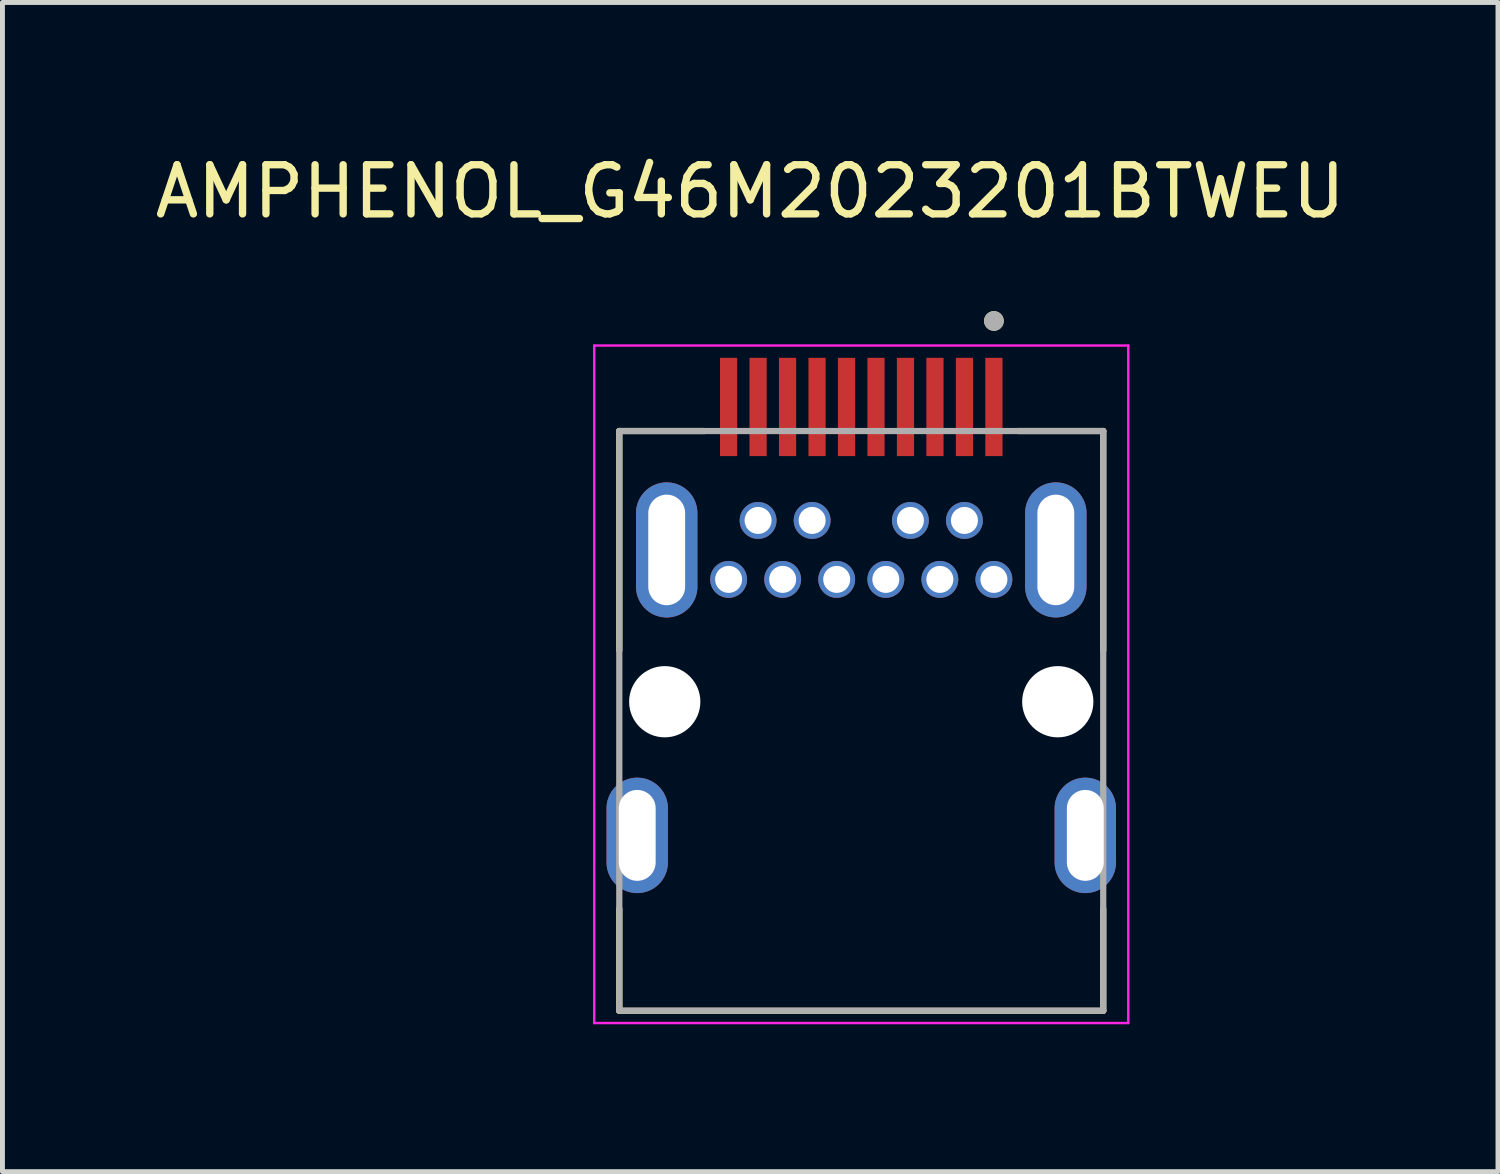
<source format=kicad_pcb>
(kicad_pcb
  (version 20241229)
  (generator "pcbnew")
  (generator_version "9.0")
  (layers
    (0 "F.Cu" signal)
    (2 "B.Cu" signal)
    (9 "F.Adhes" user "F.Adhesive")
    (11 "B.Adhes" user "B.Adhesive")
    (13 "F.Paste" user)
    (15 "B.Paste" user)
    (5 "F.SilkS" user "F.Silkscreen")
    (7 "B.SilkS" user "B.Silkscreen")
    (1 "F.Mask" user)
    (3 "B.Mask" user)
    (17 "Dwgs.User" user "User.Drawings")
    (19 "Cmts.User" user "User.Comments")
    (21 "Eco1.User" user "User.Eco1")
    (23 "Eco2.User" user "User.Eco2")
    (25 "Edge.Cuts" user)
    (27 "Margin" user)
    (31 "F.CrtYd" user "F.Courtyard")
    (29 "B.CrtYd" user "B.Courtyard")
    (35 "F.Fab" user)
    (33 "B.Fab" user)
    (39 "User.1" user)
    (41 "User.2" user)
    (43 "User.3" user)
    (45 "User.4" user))
  (footprint "AMPHENOL_G46M2023201BTWEU"
    (layer "F.Cu")
    (at 14.48 11.233)
    (property "Reference" "AMPHENOL_G46M2023201BTWEU" (at -2.26 -10.385 0) (layer "F.SilkS") (effects (font (size 1 1) (thickness 0.15))))
    (attr through_hole)
    (fp_line (start -4.925 -5.51) (end -3.195 -5.51) (stroke (width 0.127) (type solid)) (layer "F.SilkS"))
    (fp_line (start -4.925 -1.045) (end -4.925 -5.51) (stroke (width 0.127) (type solid)) (layer "F.SilkS"))
    (fp_line (start -4.925 6.29) (end -4.925 4.215) (stroke (width 0.127) (type solid)) (layer "F.SilkS"))
    (fp_line (start -4.925 6.29) (end 4.925 6.29) (stroke (width 0.127) (type solid)) (layer "F.SilkS"))
    (fp_line (start 3.195 -5.51) (end 4.925 -5.51) (stroke (width 0.127) (type solid)) (layer "F.SilkS"))
    (fp_line (start 4.925 -5.51) (end 4.925 -1.045) (stroke (width 0.127) (type solid)) (layer "F.SilkS"))
    (fp_line (start 4.925 6.29) (end 4.925 4.215) (stroke (width 0.127) (type solid)) (layer "F.SilkS"))
    (fp_circle (center 2.7 -7.75) (end 2.8 -7.75) (stroke (width 0.2) (type solid)) (fill no) (layer "F.SilkS"))
    (fp_line (start -5.435 -7.25) (end -5.435 6.54) (stroke (width 0.05) (type solid)) (layer "F.CrtYd"))
    (fp_line (start -5.435 6.54) (end 5.435 6.54) (stroke (width 0.05) (type solid)) (layer "F.CrtYd"))
    (fp_line (start 5.435 -7.25) (end -5.435 -7.25) (stroke (width 0.05) (type solid)) (layer "F.CrtYd"))
    (fp_line (start 5.435 6.54) (end 5.435 -7.25) (stroke (width 0.05) (type solid)) (layer "F.CrtYd"))
    (fp_line (start -4.925 -5.51) (end 4.925 -5.51) (stroke (width 0.127) (type solid)) (layer "F.Fab"))
    (fp_line (start -4.925 6.29) (end -4.925 -5.51) (stroke (width 0.127) (type solid)) (layer "F.Fab"))
    (fp_line (start 4.925 -5.51) (end 4.925 6.29) (stroke (width 0.127) (type solid)) (layer "F.Fab"))
    (fp_line (start 4.925 6.29) (end -4.925 6.29) (stroke (width 0.127) (type solid)) (layer "F.Fab"))
    (fp_circle (center 2.7 -7.75) (end 2.8 -7.75) (stroke (width 0.2) (type solid)) (fill no) (layer "F.Fab"))
    (pad "" np_thru_hole circle (at -4 0) (size 1.45 1.45) (drill 1.45) (layers "*.Cu" "*.Mask"))
    (pad "" np_thru_hole circle (at 4 0) (size 1.45 1.45) (drill 1.45) (layers "*.Cu" "*.Mask"))
    (pad "1" smd rect (at 2.7 -6) (size 0.35 2) (layers "F.Cu" "F.Mask" "F.Paste"))
    (pad "2" thru_hole circle (at 2.7 -2.49) (size 0.75 0.75) (drill 0.55) (layers "*.Cu" "*.Mask"))
    (pad "3" smd rect (at 2.1 -6) (size 0.35 2) (layers "F.Cu" "F.Mask" "F.Paste"))
    (pad "4" thru_hole circle (at 2.1 -3.69) (size 0.75 0.75) (drill 0.55) (layers "*.Cu" "*.Mask"))
    (pad "5" smd rect (at 1.5 -6) (size 0.35 2) (layers "F.Cu" "F.Mask" "F.Paste"))
    (pad "6" thru_hole circle (at 1.6 -2.49) (size 0.75 0.75) (drill 0.55) (layers "*.Cu" "*.Mask"))
    (pad "7" smd rect (at 0.9 -6) (size 0.35 2) (layers "F.Cu" "F.Mask" "F.Paste"))
    (pad "8" thru_hole circle (at 1 -3.69) (size 0.75 0.75) (drill 0.55) (layers "*.Cu" "*.Mask"))
    (pad "9" smd rect (at 0.3 -6) (size 0.35 2) (layers "F.Cu" "F.Mask" "F.Paste"))
    (pad "10" thru_hole circle (at 0.5 -2.49) (size 0.75 0.75) (drill 0.55) (layers "*.Cu" "*.Mask"))
    (pad "11" smd rect (at -0.3 -6) (size 0.35 2) (layers "F.Cu" "F.Mask" "F.Paste"))
    (pad "12" thru_hole circle (at -0.5 -2.49) (size 0.75 0.75) (drill 0.55) (layers "*.Cu" "*.Mask"))
    (pad "13" smd rect (at -0.9 -6) (size 0.35 2) (layers "F.Cu" "F.Mask" "F.Paste"))
    (pad "14" thru_hole circle (at -1 -3.69) (size 0.75 0.75) (drill 0.55) (layers "*.Cu" "*.Mask"))
    (pad "15" smd rect (at -1.5 -6) (size 0.35 2) (layers "F.Cu" "F.Mask" "F.Paste"))
    (pad "16" thru_hole circle (at -1.6 -2.49) (size 0.75 0.75) (drill 0.55) (layers "*.Cu" "*.Mask"))
    (pad "17" smd rect (at -2.1 -6) (size 0.35 2) (layers "F.Cu" "F.Mask" "F.Paste"))
    (pad "18" thru_hole circle (at -2.1 -3.69) (size 0.75 0.75) (drill 0.55) (layers "*.Cu" "*.Mask"))
    (pad "19" smd rect (at -2.7 -6) (size 0.35 2) (layers "F.Cu" "F.Mask" "F.Paste"))
    (pad "20" thru_hole circle (at -2.7 -2.49) (size 0.75 0.75) (drill 0.55) (layers "*.Cu" "*.Mask"))
    (pad "SH1" thru_hole oval (at -4.56 2.72) (size 1.25 2.35) (drill oval 0.75 1.85) (layers "*.Cu" "*.Mask"))
    (pad "SH2" thru_hole oval (at 4.56 2.72) (size 1.25 2.35) (drill oval 0.75 1.85) (layers "*.Cu" "*.Mask"))
    (pad "SH3" thru_hole oval (at -3.96 -3.09) (size 1.25 2.75) (drill oval 0.75 2.25) (layers "*.Cu" "*.Mask"))
    (pad "SH4" thru_hole oval (at 3.96 -3.09) (size 1.25 2.75) (drill oval 0.75 2.25) (layers "*.Cu" "*.Mask")))
  (gr_rect
    (start -3 -3)
    (end 27.44 20.798)
    (stroke (width 0.1) (type default))
    (fill no)
    (layer "Edge.Cuts")))
</source>
